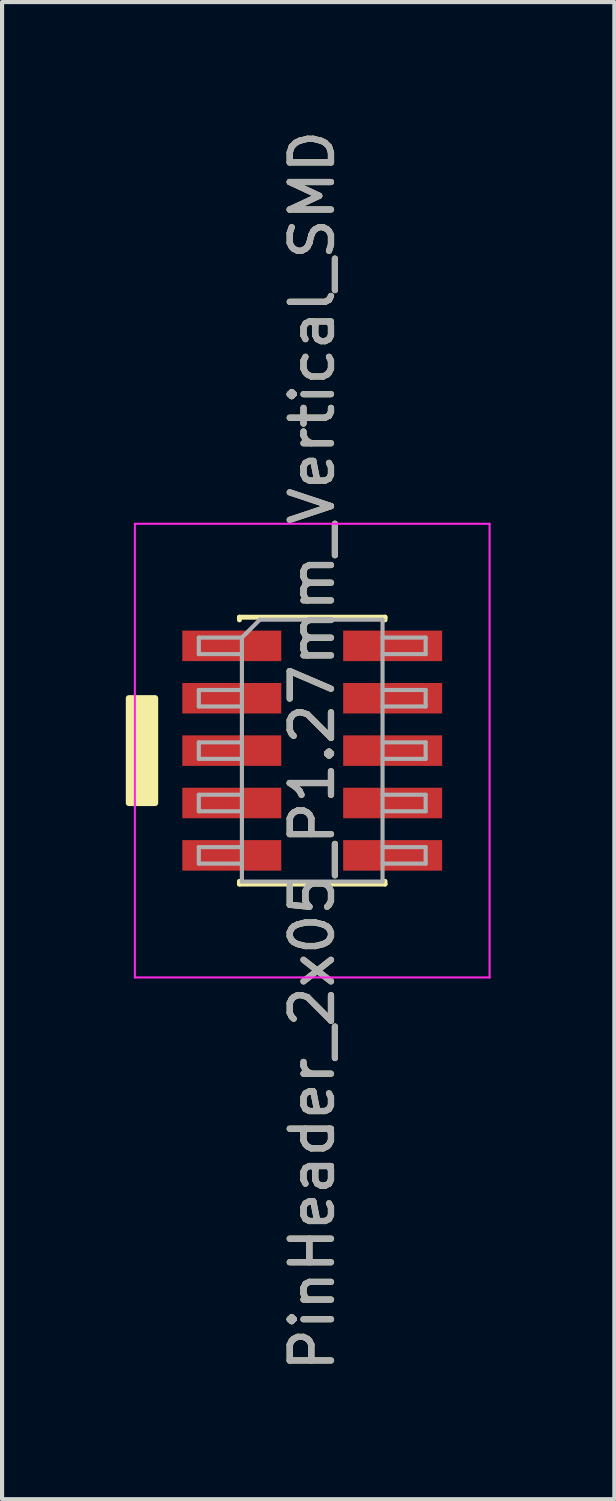
<source format=kicad_pcb>
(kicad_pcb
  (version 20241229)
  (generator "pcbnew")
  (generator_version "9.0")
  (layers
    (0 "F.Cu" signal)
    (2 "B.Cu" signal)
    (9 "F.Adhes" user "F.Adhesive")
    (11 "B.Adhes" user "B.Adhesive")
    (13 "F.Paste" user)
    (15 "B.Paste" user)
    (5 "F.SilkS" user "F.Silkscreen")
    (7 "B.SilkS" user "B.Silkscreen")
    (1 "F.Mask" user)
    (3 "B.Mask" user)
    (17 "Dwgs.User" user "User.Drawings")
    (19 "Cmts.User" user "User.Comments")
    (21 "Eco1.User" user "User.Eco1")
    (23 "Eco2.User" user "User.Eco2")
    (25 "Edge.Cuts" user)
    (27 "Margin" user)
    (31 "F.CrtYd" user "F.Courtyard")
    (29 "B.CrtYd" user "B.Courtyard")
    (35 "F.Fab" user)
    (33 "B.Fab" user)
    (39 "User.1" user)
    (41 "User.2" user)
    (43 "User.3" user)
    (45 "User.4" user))
  (footprint "PinHeader_2x05_P1.27mm_Vertical_SMD"
    (layer "F.Cu")
    (at 4.52 15.149)
    (property "Reference" "PinHeader_2x05_P1.27mm_Vertical_SMD" (at 0 0 90) (layer "F.SilkS") (effects (font (size 1 1) (thickness 0.15))))
    (attr smd)
    (fp_line (start -1.765 -3.235) (end -1.765 -3.17) (stroke (width 0.12) (type solid)) (layer "F.SilkS"))
    (fp_line (start -1.765 -3.235) (end 1.765 -3.235) (stroke (width 0.12) (type solid)) (layer "F.SilkS"))
    (fp_line (start -1.765 3.17) (end -1.765 3.235) (stroke (width 0.12) (type solid)) (layer "F.SilkS"))
    (fp_line (start -1.765 3.235) (end 1.765 3.235) (stroke (width 0.12) (type solid)) (layer "F.SilkS"))
    (fp_line (start 1.765 -3.235) (end 1.765 -3.17) (stroke (width 0.12) (type solid)) (layer "F.SilkS"))
    (fp_line (start 1.765 3.17) (end 1.765 3.235) (stroke (width 0.12) (type solid)) (layer "F.SilkS"))
    (fp_poly (pts (xy -3.81 -1.27) (xy -3.81 1.27) (xy -4.445 1.27) (xy -4.445 -1.27)) (stroke (width 0.15) (type solid)) (fill yes) (layer "F.SilkS"))
    (fp_line (start -4.3 -5.5) (end -4.3 5.5) (stroke (width 0.05) (type solid)) (layer "F.CrtYd"))
    (fp_line (start -4.3 5.5) (end 4.3 5.5) (stroke (width 0.05) (type solid)) (layer "F.CrtYd"))
    (fp_line (start 4.3 -5.5) (end -4.3 -5.5) (stroke (width 0.05) (type solid)) (layer "F.CrtYd"))
    (fp_line (start 4.3 5.5) (end 4.3 -5.5) (stroke (width 0.05) (type solid)) (layer "F.CrtYd"))
    (fp_line (start -2.75 -2.74) (end -2.75 -2.34) (stroke (width 0.1) (type solid)) (layer "F.Fab"))
    (fp_line (start -2.75 -2.34) (end -1.705 -2.34) (stroke (width 0.1) (type solid)) (layer "F.Fab"))
    (fp_line (start -2.75 -1.47) (end -2.75 -1.07) (stroke (width 0.1) (type solid)) (layer "F.Fab"))
    (fp_line (start -2.75 -1.07) (end -1.705 -1.07) (stroke (width 0.1) (type solid)) (layer "F.Fab"))
    (fp_line (start -2.75 -0.2) (end -2.75 0.2) (stroke (width 0.1) (type solid)) (layer "F.Fab"))
    (fp_line (start -2.75 0.2) (end -1.705 0.2) (stroke (width 0.1) (type solid)) (layer "F.Fab"))
    (fp_line (start -2.75 1.07) (end -2.75 1.47) (stroke (width 0.1) (type solid)) (layer "F.Fab"))
    (fp_line (start -2.75 1.47) (end -1.705 1.47) (stroke (width 0.1) (type solid)) (layer "F.Fab"))
    (fp_line (start -2.75 2.34) (end -2.75 2.74) (stroke (width 0.1) (type solid)) (layer "F.Fab"))
    (fp_line (start -2.75 2.74) (end -1.705 2.74) (stroke (width 0.1) (type solid)) (layer "F.Fab"))
    (fp_line (start -1.705 -2.74) (end -2.75 -2.74) (stroke (width 0.1) (type solid)) (layer "F.Fab"))
    (fp_line (start -1.705 -2.74) (end -1.27 -3.175) (stroke (width 0.1) (type solid)) (layer "F.Fab"))
    (fp_line (start -1.705 -1.47) (end -2.75 -1.47) (stroke (width 0.1) (type solid)) (layer "F.Fab"))
    (fp_line (start -1.705 -0.2) (end -2.75 -0.2) (stroke (width 0.1) (type solid)) (layer "F.Fab"))
    (fp_line (start -1.705 1.07) (end -2.75 1.07) (stroke (width 0.1) (type solid)) (layer "F.Fab"))
    (fp_line (start -1.705 2.34) (end -2.75 2.34) (stroke (width 0.1) (type solid)) (layer "F.Fab"))
    (fp_line (start -1.705 3.175) (end -1.705 -2.74) (stroke (width 0.1) (type solid)) (layer "F.Fab"))
    (fp_line (start -1.27 -3.175) (end 1.705 -3.175) (stroke (width 0.1) (type solid)) (layer "F.Fab"))
    (fp_line (start 1.705 -3.175) (end 1.705 3.175) (stroke (width 0.1) (type solid)) (layer "F.Fab"))
    (fp_line (start 1.705 -2.74) (end 2.75 -2.74) (stroke (width 0.1) (type solid)) (layer "F.Fab"))
    (fp_line (start 1.705 -1.47) (end 2.75 -1.47) (stroke (width 0.1) (type solid)) (layer "F.Fab"))
    (fp_line (start 1.705 -0.2) (end 2.75 -0.2) (stroke (width 0.1) (type solid)) (layer "F.Fab"))
    (fp_line (start 1.705 1.07) (end 2.75 1.07) (stroke (width 0.1) (type solid)) (layer "F.Fab"))
    (fp_line (start 1.705 2.34) (end 2.75 2.34) (stroke (width 0.1) (type solid)) (layer "F.Fab"))
    (fp_line (start 1.705 3.175) (end -1.705 3.175) (stroke (width 0.1) (type solid)) (layer "F.Fab"))
    (fp_line (start 2.75 -2.74) (end 2.75 -2.34) (stroke (width 0.1) (type solid)) (layer "F.Fab"))
    (fp_line (start 2.75 -2.34) (end 1.705 -2.34) (stroke (width 0.1) (type solid)) (layer "F.Fab"))
    (fp_line (start 2.75 -1.47) (end 2.75 -1.07) (stroke (width 0.1) (type solid)) (layer "F.Fab"))
    (fp_line (start 2.75 -1.07) (end 1.705 -1.07) (stroke (width 0.1) (type solid)) (layer "F.Fab"))
    (fp_line (start 2.75 -0.2) (end 2.75 0.2) (stroke (width 0.1) (type solid)) (layer "F.Fab"))
    (fp_line (start 2.75 0.2) (end 1.705 0.2) (stroke (width 0.1) (type solid)) (layer "F.Fab"))
    (fp_line (start 2.75 1.07) (end 2.75 1.47) (stroke (width 0.1) (type solid)) (layer "F.Fab"))
    (fp_line (start 2.75 1.47) (end 1.705 1.47) (stroke (width 0.1) (type solid)) (layer "F.Fab"))
    (fp_line (start 2.75 2.34) (end 2.75 2.74) (stroke (width 0.1) (type solid)) (layer "F.Fab"))
    (fp_line (start 2.75 2.74) (end 1.705 2.74) (stroke (width 0.1) (type solid)) (layer "F.Fab"))
    (fp_text user "${REFERENCE}" (at 0 0 90) (layer "F.Fab") (effects (font (size 1 1) (thickness 0.15))))
    (pad "1" smd rect (at -1.95 -2.54) (size 2.4 0.74) (layers "F.Cu" "F.Mask" "F.Paste"))
    (pad "2" smd rect (at 1.95 -2.54) (size 2.4 0.74) (layers "F.Cu" "F.Mask" "F.Paste"))
    (pad "3" smd rect (at -1.95 -1.27) (size 2.4 0.74) (layers "F.Cu" "F.Mask" "F.Paste"))
    (pad "4" smd rect (at 1.95 -1.27) (size 2.4 0.74) (layers "F.Cu" "F.Mask" "F.Paste"))
    (pad "5" smd rect (at -1.95 0) (size 2.4 0.74) (layers "F.Cu" "F.Mask" "F.Paste"))
    (pad "6" smd rect (at 1.95 0) (size 2.4 0.74) (layers "F.Cu" "F.Mask" "F.Paste"))
    (pad "7" smd rect (at -1.95 1.27) (size 2.4 0.74) (layers "F.Cu" "F.Mask" "F.Paste"))
    (pad "8" smd rect (at 1.95 1.27) (size 2.4 0.74) (layers "F.Cu" "F.Mask" "F.Paste"))
    (pad "9" smd rect (at -1.95 2.54) (size 2.4 0.74) (layers "F.Cu" "F.Mask" "F.Paste"))
    (pad "10" smd rect (at 1.95 2.54) (size 2.4 0.74) (layers "F.Cu" "F.Mask" "F.Paste")))
  (gr_rect
    (start -3 -3)
    (end 11.845 33.298)
    (stroke (width 0.1) (type default))
    (fill no)
    (layer "Edge.Cuts")))
</source>
